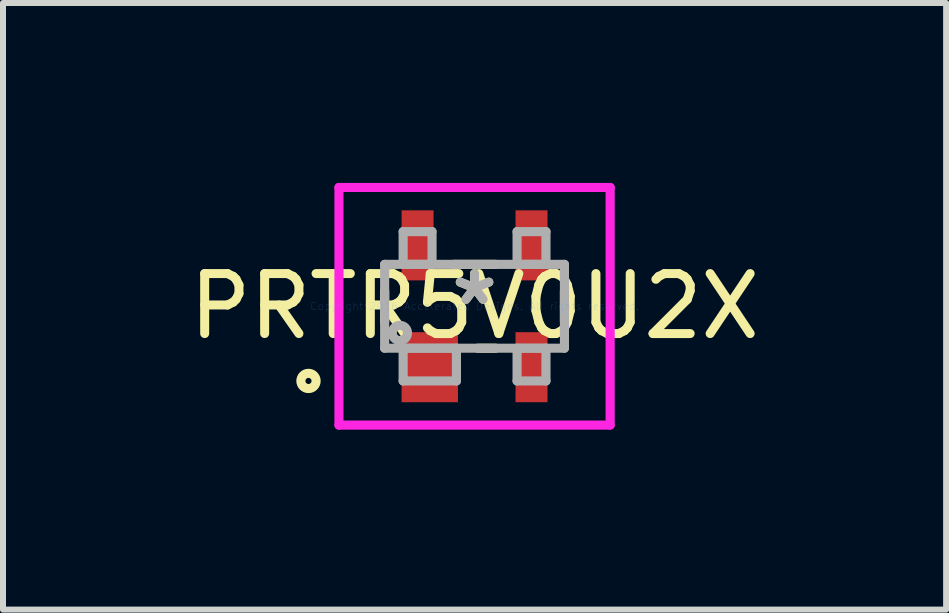
<source format=kicad_pcb>
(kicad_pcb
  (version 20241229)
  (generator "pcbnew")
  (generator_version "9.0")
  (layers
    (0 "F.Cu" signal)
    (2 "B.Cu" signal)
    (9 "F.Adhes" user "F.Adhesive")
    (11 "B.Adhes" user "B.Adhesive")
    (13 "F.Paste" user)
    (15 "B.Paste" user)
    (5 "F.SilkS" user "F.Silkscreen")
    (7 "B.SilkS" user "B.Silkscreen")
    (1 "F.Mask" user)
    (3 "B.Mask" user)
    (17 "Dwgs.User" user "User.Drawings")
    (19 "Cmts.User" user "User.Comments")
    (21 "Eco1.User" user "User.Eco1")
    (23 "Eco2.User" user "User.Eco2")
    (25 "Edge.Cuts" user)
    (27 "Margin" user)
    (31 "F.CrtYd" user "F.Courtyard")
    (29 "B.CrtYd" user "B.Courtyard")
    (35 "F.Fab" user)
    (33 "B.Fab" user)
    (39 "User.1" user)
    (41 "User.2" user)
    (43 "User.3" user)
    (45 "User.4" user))
  (footprint "PRTR5V0U2X"
    (layer "F.Cu")
    (at 4.863 2.057)
    (property "Reference" "PRTR5V0U2X" (at 0 0 0) (layer "F.SilkS") (effects (font (size 1 1) (thickness 0.15))))
    (attr through_hole)
    (fp_line (start -1.499 0.255) (end -1.499 -0.255) (stroke (width 0.152) (type solid)) (layer "F.SilkS"))
    (fp_line (start -0.351 -0.699) (end 0.351 -0.699) (stroke (width 0.152) (type solid)) (layer "F.SilkS"))
    (fp_line (start 0.351 0.699) (end 0.056 0.699) (stroke (width 0.152) (type solid)) (layer "F.SilkS"))
    (fp_line (start 1.499 -0.255) (end 1.499 0.255) (stroke (width 0.152) (type solid)) (layer "F.SilkS"))
    (fp_circle (center -2.769 1.245) (end -2.642 1.245) (stroke (width 0.152) (type solid)) (fill no) (layer "F.SilkS"))
    (fp_line (start -2.261 -1.981) (end 2.261 -1.981) (stroke (width 0.152) (type solid)) (layer "F.CrtYd"))
    (fp_line (start -2.261 1.981) (end -2.261 -1.981) (stroke (width 0.152) (type solid)) (layer "F.CrtYd"))
    (fp_line (start 2.261 -1.981) (end 2.261 1.981) (stroke (width 0.152) (type solid)) (layer "F.CrtYd"))
    (fp_line (start 2.261 1.981) (end -2.261 1.981) (stroke (width 0.152) (type solid)) (layer "F.CrtYd"))
    (fp_line (start -1.499 -0.699) (end 1.499 -0.699) (stroke (width 0.152) (type solid)) (layer "F.Fab"))
    (fp_line (start -1.499 0.699) (end -1.499 -0.699) (stroke (width 0.152) (type solid)) (layer "F.Fab"))
    (fp_line (start -1.191 -1.245) (end -1.191 -0.699) (stroke (width 0.152) (type solid)) (layer "F.Fab"))
    (fp_line (start -1.191 -0.699) (end -0.709 -0.699) (stroke (width 0.152) (type solid)) (layer "F.Fab"))
    (fp_line (start -1.191 0.699) (end -1.191 1.245) (stroke (width 0.152) (type solid)) (layer "F.Fab"))
    (fp_line (start -1.191 1.245) (end -0.302 1.245) (stroke (width 0.152) (type solid)) (layer "F.Fab"))
    (fp_line (start -0.709 -1.245) (end -1.191 -1.245) (stroke (width 0.152) (type solid)) (layer "F.Fab"))
    (fp_line (start -0.709 -0.699) (end -0.709 -1.245) (stroke (width 0.152) (type solid)) (layer "F.Fab"))
    (fp_line (start -0.302 0.699) (end -1.191 0.699) (stroke (width 0.152) (type solid)) (layer "F.Fab"))
    (fp_line (start -0.302 1.245) (end -0.302 0.699) (stroke (width 0.152) (type solid)) (layer "F.Fab"))
    (fp_line (start 0.709 -1.245) (end 0.709 -0.699) (stroke (width 0.152) (type solid)) (layer "F.Fab"))
    (fp_line (start 0.709 -0.699) (end 1.191 -0.699) (stroke (width 0.152) (type solid)) (layer "F.Fab"))
    (fp_line (start 0.709 0.699) (end 0.709 1.245) (stroke (width 0.152) (type solid)) (layer "F.Fab"))
    (fp_line (start 0.709 1.245) (end 1.191 1.245) (stroke (width 0.152) (type solid)) (layer "F.Fab"))
    (fp_line (start 1.191 -1.245) (end 0.709 -1.245) (stroke (width 0.152) (type solid)) (layer "F.Fab"))
    (fp_line (start 1.191 -0.699) (end 1.191 -1.245) (stroke (width 0.152) (type solid)) (layer "F.Fab"))
    (fp_line (start 1.191 0.699) (end 0.709 0.699) (stroke (width 0.152) (type solid)) (layer "F.Fab"))
    (fp_line (start 1.191 1.245) (end 1.191 0.699) (stroke (width 0.152) (type solid)) (layer "F.Fab"))
    (fp_line (start 1.499 -0.699) (end 1.499 0.699) (stroke (width 0.152) (type solid)) (layer "F.Fab"))
    (fp_line (start 1.499 0.699) (end -1.499 0.699) (stroke (width 0.152) (type solid)) (layer "F.Fab"))
    (fp_circle (center -1.245 0.445) (end -1.118 0.445) (stroke (width 0.152) (type solid)) (fill no) (layer "F.Fab"))
    (fp_text user "*" (at 0 0 0) (layer "F.SilkS") (effects (font (size 1 1) (thickness 0.15))))
    (fp_text user "Copyright 2016 Accelerated Designs. All rights reserved." (at 0 0 0) (layer "Cmts.User") (effects (font (size 0.127 0.127) (thickness 0.002))))
    (fp_text user "*" (at 0 0 0) (layer "F.Fab") (effects (font (size 1 1) (thickness 0.15))))
    (pad "1" smd rect (at -0.747 1.016) (size 0.94 1.168) (layers "F.Cu" "F.Mask" "F.Paste"))
    (pad "2" smd rect (at 0.95 1.016) (size 0.533 1.168) (layers "F.Cu" "F.Mask" "F.Paste"))
    (pad "3" smd rect (at 0.95 -1.016) (size 0.533 1.168) (layers "F.Cu" "F.Mask" "F.Paste"))
    (pad "4" smd rect (at -0.95 -1.016) (size 0.533 1.168) (layers "F.Cu" "F.Mask" "F.Paste")))
  (gr_rect
    (start -3 -3)
    (end 12.726 7.115)
    (stroke (width 0.1) (type default))
    (fill no)
    (layer "Edge.Cuts")))
</source>
